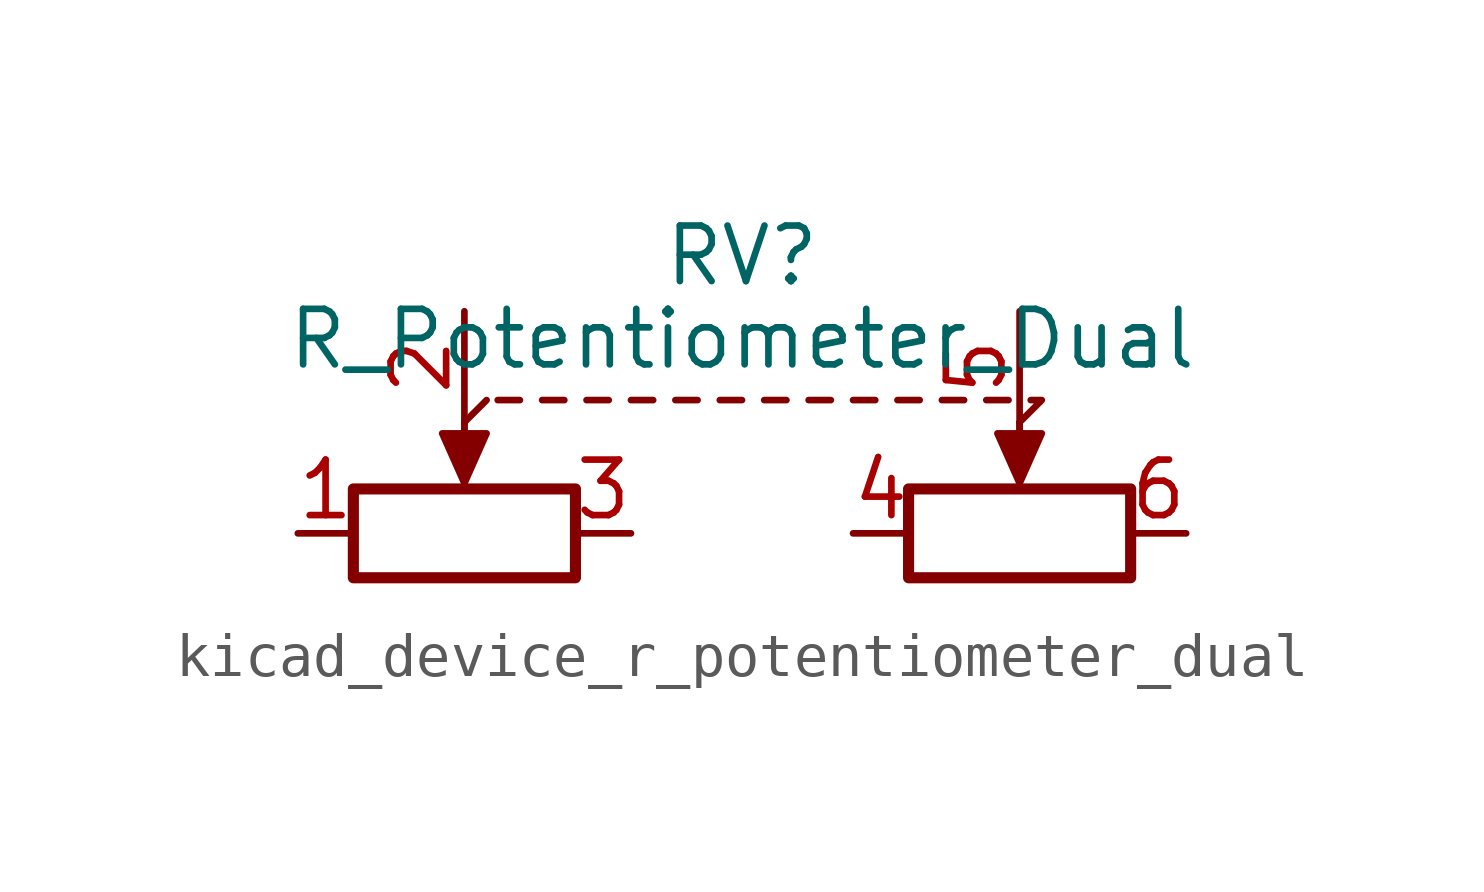
<source format=kicad_sym>
(kicad_symbol_lib
  (version 20220914)
  (generator kicad_symbol_editor)
  (symbol "kicad_device_r_potentiometer_dual"
    (pin_names
      (offset 1.016) hide)
    (property "Reference" "RV"
      (at 0 3.81 0)
      (effects (font (size 1.27 1.27))))
    (property "Value" "R_Potentiometer_Dual"
      (at 0 1.905 0)
      (effects (font (size 1.27 1.27))))
    (symbol "kicad_device_r_potentiometer_dual_0_1"
      (rectangle (start -8.89 -1.524) (end -3.81 -3.556) (stroke (width 0.254) (type default)) (fill (type none)))
      (polyline (pts (xy -6.35 0) (xy -6.35 -1.016)) (stroke (width 0) (type default)) (fill (type none)))
      (polyline (pts (xy -6.35 0) (xy -6.35 -1.016)) (stroke (width 0) (type default)) (fill (type none)))
      (polyline (pts (xy -6.35 0) (xy -5.842 0.508)) (stroke (width 0) (type default)) (fill (type none)))
      (polyline (pts (xy -5.588 0.508) (xy -5.08 0.508)) (stroke (width 0) (type default)) (fill (type none)))
      (polyline (pts (xy -4.572 0.508) (xy -4.064 0.508)) (stroke (width 0) (type default)) (fill (type none)))
      (polyline (pts (xy -3.556 0.508) (xy -3.048 0.508)) (stroke (width 0) (type default)) (fill (type none)))
      (polyline (pts (xy -2.54 0.508) (xy -2.032 0.508)) (stroke (width 0) (type default)) (fill (type none)))
      (polyline (pts (xy -1.524 0.508) (xy -1.016 0.508)) (stroke (width 0) (type default)) (fill (type none)))
      (polyline (pts (xy -0.508 0.508) (xy 0 0.508)) (stroke (width 0) (type default)) (fill (type none)))
      (polyline (pts (xy 0.508 0.508) (xy 1.016 0.508)) (stroke (width 0) (type default)) (fill (type none)))
      (polyline (pts (xy 1.524 0.508) (xy 2.032 0.508)) (stroke (width 0) (type default)) (fill (type none)))
      (polyline (pts (xy 2.54 0.508) (xy 3.048 0.508)) (stroke (width 0) (type default)) (fill (type none)))
      (polyline (pts (xy 3.556 0.508) (xy 4.064 0.508)) (stroke (width 0) (type default)) (fill (type none)))
      (polyline (pts (xy 4.572 0.508) (xy 5.08 0.508)) (stroke (width 0) (type default)) (fill (type none)))
      (polyline (pts (xy 5.588 0.508) (xy 6.096 0.508)) (stroke (width 0) (type default)) (fill (type none)))
      (polyline (pts (xy 6.35 0) (xy 6.35 -1.016)) (stroke (width 0) (type default)) (fill (type none)))
      (polyline (pts (xy 6.35 0) (xy 6.35 -1.016)) (stroke (width 0) (type default)) (fill (type none)))
      (polyline (pts (xy 6.604 0.508) (xy 6.858 0.508) (xy 6.35 0)) (stroke (width 0) (type default)) (fill (type none)))
      (polyline (pts (xy -6.35 -1.397) (xy -6.858 -0.254) (xy -5.842 -0.254) (xy -6.35 -1.397)) (stroke (width 0) (type default)) (fill (type outline)))
      (polyline (pts (xy 6.35 -1.397) (xy 5.842 -0.254) (xy 6.858 -0.254) (xy 6.35 -1.397)) (stroke (width 0) (type default)) (fill (type outline)))
      (rectangle (start 3.81 -1.524) (end 8.89 -3.556) (stroke (width 0.254) (type default)) (fill (type none))))
    (symbol "kicad_device_r_potentiometer_dual_1_1"
      (pin passive line (at -10.16 -2.54 0) (length 1.27) (name "1" (effects (font (size 1.27 1.27)))) (number "1" (effects (font (size 1.27 1.27)))))
      (pin passive line (at -6.35 2.54 270) (length 2.54) (name "2" (effects (font (size 1.27 1.27)))) (number "2" (effects (font (size 1.27 1.27)))))
      (pin passive line (at -2.54 -2.54 180) (length 1.27) (name "3" (effects (font (size 1.27 1.27)))) (number "3" (effects (font (size 1.27 1.27)))))
      (pin passive line (at 2.54 -2.54 0) (length 1.27) (name "4" (effects (font (size 1.27 1.27)))) (number "4" (effects (font (size 1.27 1.27)))))
      (pin passive line (at 6.35 2.54 270) (length 2.54) (name "5" (effects (font (size 1.27 1.27)))) (number "5" (effects (font (size 1.27 1.27)))))
      (pin passive line (at 10.16 -2.54 180) (length 1.27) (name "6" (effects (font (size 1.27 1.27)))) (number "6" (effects (font (size 1.27 1.27))))))))
</source>
